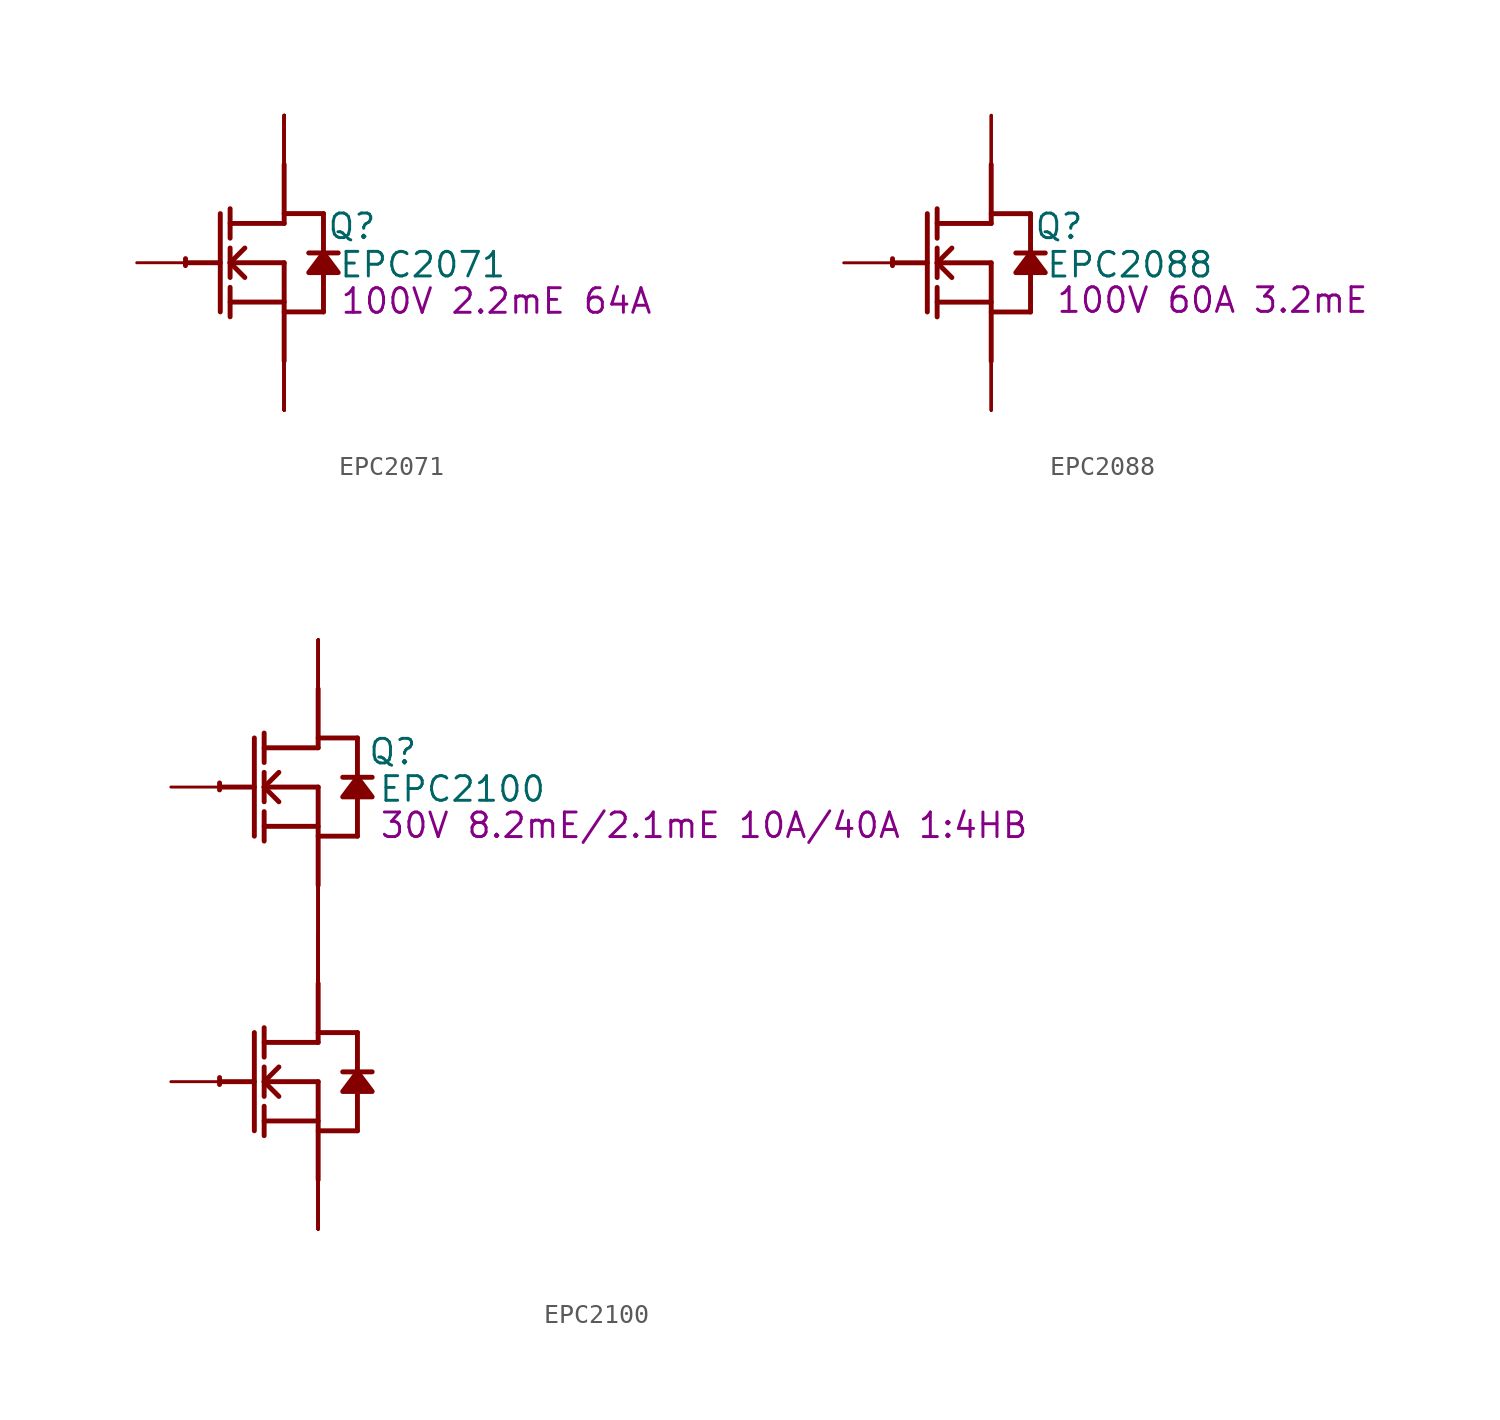
<source format=kicad_sym>
(kicad_symbol_lib
  (version 20231120)
  (generator "kicad_symbol_editor")
  (generator_version "8.0")
  (symbol "EPC2071"
    (property "Reference" "Q"
      (at 3.505 1.88 0)
      (effects (font (size 1.27 1.27))))
    (property "Value" "EPC2071"
      (at 7.163 -0.102 0)
      (effects (font (size 1.27 1.27))))
    (property "Description" "100V 2.2mE 64A"
      (at 10.973 -1.981 0)
      (effects (font (size 1.27 1.27))))
    (symbol "EPC2071_1_0"
      (arc (start -5.0996 0.2128) (mid -5.1039 0.0331) (end -5.1019 -0.1467) (stroke (width 0.254) (type solid)) (fill (type none)))
      (polyline (pts (xy -5.08 0) (xy -3.302 0)) (stroke (width 0.254) (type solid)) (fill (type none)))
      (polyline (pts (xy -3.302 2.54) (xy -3.302 -2.54)) (stroke (width 0.254) (type solid)) (fill (type none)))
      (polyline (pts (xy -2.794 -2.794) (xy -2.794 -1.27)) (stroke (width 0.254) (type solid)) (fill (type none)))
      (polyline (pts (xy -2.794 -2.032) (xy 0 -2.032)) (stroke (width 0.254) (type solid)) (fill (type none)))
      (polyline (pts (xy -2.794 -0.762) (xy -2.794 0.762)) (stroke (width 0.254) (type solid)) (fill (type none)))
      (polyline (pts (xy -2.794 0) (xy -2.032 0.762)) (stroke (width 0.254) (type solid)) (fill (type none)))
      (polyline (pts (xy -2.794 0) (xy 0 0)) (stroke (width 0.254) (type solid)) (fill (type none)))
      (polyline (pts (xy -2.794 1.27) (xy -2.794 2.794)) (stroke (width 0.254) (type solid)) (fill (type none)))
      (polyline (pts (xy -2.032 -0.762) (xy -2.794 0)) (stroke (width 0.254) (type solid)) (fill (type none)))
      (polyline (pts (xy 0 -2.54) (xy 2.032 -2.54)) (stroke (width 0.254) (type solid)) (fill (type none)))
      (polyline (pts (xy 0 0) (xy 0 -5.08)) (stroke (width 0.254) (type solid)) (fill (type none)))
      (polyline (pts (xy 0 2.032) (xy -2.794 2.032)) (stroke (width 0.254) (type solid)) (fill (type none)))
      (polyline (pts (xy 0 2.032) (xy 0 5.08)) (stroke (width 0.254) (type solid)) (fill (type none)))
      (polyline (pts (xy 0 2.54) (xy 2.032 2.54)) (stroke (width 0.254) (type solid)) (fill (type none)))
      (polyline (pts (xy 2.032 -0.508) (xy 2.032 -2.54)) (stroke (width 0.254) (type solid)) (fill (type none)))
      (polyline (pts (xy 2.032 2.54) (xy 2.032 0.508)) (stroke (width 0.254) (type solid)) (fill (type none)))
      (polyline (pts (xy 2.794 0.508) (xy 1.27 0.508)) (stroke (width 0.254) (type solid)) (fill (type none)))
      (polyline (pts (xy 2.032 0.508) (xy 1.27 -0.508) (xy 2.794 -0.508) (xy 2.032 0.508)) (stroke (width 0.254) (type solid)) (fill (type outline)))
      (pin passive line (at -7.62 0 0) (length 2.54) (name "G" (effects (font (size 0 0)))) (number "1" (effects (font (size 0 0)))))
      (pin open_emitter line (at 0 -7.62 90) (length 2.54) (name "S5" (effects (font (size 0 0)))) (number "10" (effects (font (size 0 0)))))
      (pin open_collector line (at 0 7.62 270) (length 2.54) (name "D5" (effects (font (size 0 0)))) (number "11" (effects (font (size 0 0)))))
      (pin open_collector line (at 0 7.62 270) (length 2.54) (name "D6" (effects (font (size 0 0)))) (number "12" (effects (font (size 0 0)))))
      (pin open_emitter line (at 0 -7.62 90) (length 2.54) (name "S6" (effects (font (size 0 0)))) (number "13" (effects (font (size 0 0)))))
      (pin open_emitter line (at 0 -7.62 90) (length 2.54) (name "S7" (effects (font (size 0 0)))) (number "14" (effects (font (size 0 0)))))
      (pin open_collector line (at 0 7.62 270) (length 2.54) (name "D7" (effects (font (size 0 0)))) (number "15" (effects (font (size 0 0)))))
      (pin open_collector line (at 0 7.62 270) (length 2.54) (name "D8" (effects (font (size 0 0)))) (number "16" (effects (font (size 0 0)))))
      (pin open_emitter line (at 0 -7.62 90) (length 2.54) (name "S8" (effects (font (size 0 0)))) (number "17" (effects (font (size 0 0)))))
      (pin open_emitter line (at 0 -7.62 90) (length 2.54) (name "S9" (effects (font (size 0 0)))) (number "18" (effects (font (size 0 0)))))
      (pin open_collector line (at 0 7.62 270) (length 2.54) (name "D9" (effects (font (size 0 0)))) (number "19" (effects (font (size 0 0)))))
      (pin open_emitter line (at 0 -7.62 90) (length 2.54) (name "S1" (effects (font (size 0 0)))) (number "2" (effects (font (size 0 0)))))
      (pin open_collector line (at 0 7.62 270) (length 2.54) (name "D10" (effects (font (size 0 0)))) (number "20" (effects (font (size 0 0)))))
      (pin open_emitter line (at 0 -7.62 90) (length 2.54) (name "S10" (effects (font (size 0 0)))) (number "21" (effects (font (size 0 0)))))
      (pin open_emitter line (at 0 -7.62 90) (length 2.54) (name "S11" (effects (font (size 0 0)))) (number "22" (effects (font (size 0 0)))))
      (pin open_collector line (at 0 7.62 270) (length 2.54) (name "D1" (effects (font (size 0 0)))) (number "3" (effects (font (size 0 0)))))
      (pin open_collector line (at 0 7.62 270) (length 2.54) (name "D2" (effects (font (size 0 0)))) (number "4" (effects (font (size 0 0)))))
      (pin open_emitter line (at 0 -7.62 90) (length 2.54) (name "S2" (effects (font (size 0 0)))) (number "5" (effects (font (size 0 0)))))
      (pin open_emitter line (at 0 -7.62 90) (length 2.54) (name "S3" (effects (font (size 0 0)))) (number "6" (effects (font (size 0 0)))))
      (pin open_collector line (at 0 7.62 270) (length 2.54) (name "D3" (effects (font (size 0 0)))) (number "7" (effects (font (size 0 0)))))
      (pin open_collector line (at 0 7.62 270) (length 2.54) (name "D4" (effects (font (size 0 0)))) (number "8" (effects (font (size 0 0)))))
      (pin open_emitter line (at 0 -7.62 90) (length 2.54) (name "S4" (effects (font (size 0 0)))) (number "9" (effects (font (size 0 0)))))))
  (symbol "EPC2088"
    (property "Reference" "Q"
      (at 3.505 1.88 0)
      (effects (font (size 1.27 1.27))))
    (property "Value" "EPC2088"
      (at 7.163 -0.102 0)
      (effects (font (size 1.27 1.27))))
    (property "Description" "100V 60A 3.2mE"
      (at 11.43 -1.93 0)
      (effects (font (size 1.27 1.27))))
    (symbol "EPC2088_1_0"
      (arc (start -5.0996 0.2128) (mid -5.1039 0.0331) (end -5.1019 -0.1467) (stroke (width 0.254) (type solid)) (fill (type none)))
      (polyline (pts (xy -5.08 0) (xy -3.302 0)) (stroke (width 0.254) (type solid)) (fill (type none)))
      (polyline (pts (xy -3.302 2.54) (xy -3.302 -2.54)) (stroke (width 0.254) (type solid)) (fill (type none)))
      (polyline (pts (xy -2.794 -2.794) (xy -2.794 -1.27)) (stroke (width 0.254) (type solid)) (fill (type none)))
      (polyline (pts (xy -2.794 -2.032) (xy 0 -2.032)) (stroke (width 0.254) (type solid)) (fill (type none)))
      (polyline (pts (xy -2.794 -0.762) (xy -2.794 0.762)) (stroke (width 0.254) (type solid)) (fill (type none)))
      (polyline (pts (xy -2.794 0) (xy -2.032 0.762)) (stroke (width 0.254) (type solid)) (fill (type none)))
      (polyline (pts (xy -2.794 0) (xy 0 0)) (stroke (width 0.254) (type solid)) (fill (type none)))
      (polyline (pts (xy -2.794 1.27) (xy -2.794 2.794)) (stroke (width 0.254) (type solid)) (fill (type none)))
      (polyline (pts (xy -2.032 -0.762) (xy -2.794 0)) (stroke (width 0.254) (type solid)) (fill (type none)))
      (polyline (pts (xy 0 -2.54) (xy 2.032 -2.54)) (stroke (width 0.254) (type solid)) (fill (type none)))
      (polyline (pts (xy 0 0) (xy 0 -5.08)) (stroke (width 0.254) (type solid)) (fill (type none)))
      (polyline (pts (xy 0 2.032) (xy -2.794 2.032)) (stroke (width 0.254) (type solid)) (fill (type none)))
      (polyline (pts (xy 0 2.032) (xy 0 5.08)) (stroke (width 0.254) (type solid)) (fill (type none)))
      (polyline (pts (xy 0 2.54) (xy 2.032 2.54)) (stroke (width 0.254) (type solid)) (fill (type none)))
      (polyline (pts (xy 2.032 -0.508) (xy 2.032 -2.54)) (stroke (width 0.254) (type solid)) (fill (type none)))
      (polyline (pts (xy 2.032 2.54) (xy 2.032 0.508)) (stroke (width 0.254) (type solid)) (fill (type none)))
      (polyline (pts (xy 2.794 0.508) (xy 1.27 0.508)) (stroke (width 0.254) (type solid)) (fill (type none)))
      (polyline (pts (xy 2.032 0.508) (xy 1.27 -0.508) (xy 2.794 -0.508) (xy 2.032 0.508)) (stroke (width 0.254) (type solid)) (fill (type outline)))
      (pin passive line (at -7.62 0 0) (length 2.54) (name "G" (effects (font (size 0 0)))) (number "1" (effects (font (size 0 0)))))
      (pin passive line (at 0 -7.62 90) (length 2.54) (name "S" (effects (font (size 0 0)))) (number "2" (effects (font (size 0 0)))))
      (pin passive line (at 0 7.62 270) (length 2.54) (name "D" (effects (font (size 0 0)))) (number "3" (effects (font (size 0 0)))))
      (pin passive line (at 0 -7.62 90) (length 2.54) (name "S" (effects (font (size 0 0)))) (number "4" (effects (font (size 0 0)))))
      (pin passive line (at 0 7.62 270) (length 2.54) (name "D" (effects (font (size 0 0)))) (number "5" (effects (font (size 0 0)))))
      (pin passive line (at 0 -7.62 90) (length 2.54) (name "S" (effects (font (size 0 0)))) (number "6" (effects (font (size 0 0)))))
      (pin passive line (at 0 7.62 270) (length 2.54) (name "D" (effects (font (size 0 0)))) (number "7" (effects (font (size 0 0)))))
      (pin passive line (at 0 -7.62 90) (length 2.54) (name "S" (effects (font (size 0 0)))) (number "8" (effects (font (size 0 0)))))))
  (symbol "EPC2100"
    (property "Reference" "Q"
      (at 3.861 1.829 0)
      (effects (font (size 1.27 1.27))))
    (property "Value" "EPC2100"
      (at 7.468 -0.102 0)
      (effects (font (size 1.27 1.27))))
    (property "Description" "30V 8.2mE/2.1mE 10A/40A 1:4HB"
      (at 19.964 -1.981 0)
      (effects (font (size 1.27 1.27))))
    (symbol "EPC2100_1_0"
      (arc (start -5.0996 -15.0272) (mid -5.1039 -15.2069) (end -5.1019 -15.3867) (stroke (width 0.254) (type solid)) (fill (type none)))
      (arc (start -5.0996 0.2128) (mid -5.1039 0.0331) (end -5.1019 -0.1467) (stroke (width 0.254) (type solid)) (fill (type none)))
      (polyline (pts (xy -5.08 -15.24) (xy -3.302 -15.24)) (stroke (width 0.254) (type solid)) (fill (type none)))
      (polyline (pts (xy -5.08 0) (xy -3.302 0)) (stroke (width 0.254) (type solid)) (fill (type none)))
      (polyline (pts (xy -3.302 -12.7) (xy -3.302 -17.78)) (stroke (width 0.254) (type solid)) (fill (type none)))
      (polyline (pts (xy -3.302 2.54) (xy -3.302 -2.54)) (stroke (width 0.254) (type solid)) (fill (type none)))
      (polyline (pts (xy -2.794 -18.034) (xy -2.794 -16.51)) (stroke (width 0.254) (type solid)) (fill (type none)))
      (polyline (pts (xy -2.794 -17.272) (xy 0 -17.272)) (stroke (width 0.254) (type solid)) (fill (type none)))
      (polyline (pts (xy -2.794 -16.002) (xy -2.794 -14.478)) (stroke (width 0.254) (type solid)) (fill (type none)))
      (polyline (pts (xy -2.794 -15.24) (xy -2.032 -14.478)) (stroke (width 0.254) (type solid)) (fill (type none)))
      (polyline (pts (xy -2.794 -15.24) (xy 0 -15.24)) (stroke (width 0.254) (type solid)) (fill (type none)))
      (polyline (pts (xy -2.794 -13.97) (xy -2.794 -12.446)) (stroke (width 0.254) (type solid)) (fill (type none)))
      (polyline (pts (xy -2.794 -2.794) (xy -2.794 -1.27)) (stroke (width 0.254) (type solid)) (fill (type none)))
      (polyline (pts (xy -2.794 -2.032) (xy 0 -2.032)) (stroke (width 0.254) (type solid)) (fill (type none)))
      (polyline (pts (xy -2.794 -0.762) (xy -2.794 0.762)) (stroke (width 0.254) (type solid)) (fill (type none)))
      (polyline (pts (xy -2.794 0) (xy -2.032 0.762)) (stroke (width 0.254) (type solid)) (fill (type none)))
      (polyline (pts (xy -2.794 0) (xy 0 0)) (stroke (width 0.254) (type solid)) (fill (type none)))
      (polyline (pts (xy -2.794 1.27) (xy -2.794 2.794)) (stroke (width 0.254) (type solid)) (fill (type none)))
      (polyline (pts (xy -2.032 -16.002) (xy -2.794 -15.24)) (stroke (width 0.254) (type solid)) (fill (type none)))
      (polyline (pts (xy -2.032 -0.762) (xy -2.794 0)) (stroke (width 0.254) (type solid)) (fill (type none)))
      (polyline (pts (xy 0 -17.78) (xy 2.032 -17.78)) (stroke (width 0.254) (type solid)) (fill (type none)))
      (polyline (pts (xy 0 -15.24) (xy 0 -20.32)) (stroke (width 0.254) (type solid)) (fill (type none)))
      (polyline (pts (xy 0 -13.208) (xy -2.794 -13.208)) (stroke (width 0.254) (type solid)) (fill (type none)))
      (polyline (pts (xy 0 -13.208) (xy 0 -10.16)) (stroke (width 0.254) (type solid)) (fill (type none)))
      (polyline (pts (xy 0 -12.7) (xy 2.032 -12.7)) (stroke (width 0.254) (type solid)) (fill (type none)))
      (polyline (pts (xy 0 -2.54) (xy 2.032 -2.54)) (stroke (width 0.254) (type solid)) (fill (type none)))
      (polyline (pts (xy 0 0) (xy 0 -5.08)) (stroke (width 0.254) (type solid)) (fill (type none)))
      (polyline (pts (xy 0 2.032) (xy -2.794 2.032)) (stroke (width 0.254) (type solid)) (fill (type none)))
      (polyline (pts (xy 0 2.032) (xy 0 5.08)) (stroke (width 0.254) (type solid)) (fill (type none)))
      (polyline (pts (xy 0 2.54) (xy 2.032 2.54)) (stroke (width 0.254) (type solid)) (fill (type none)))
      (polyline (pts (xy 2.032 -15.748) (xy 2.032 -17.78)) (stroke (width 0.254) (type solid)) (fill (type none)))
      (polyline (pts (xy 2.032 -12.7) (xy 2.032 -14.732)) (stroke (width 0.254) (type solid)) (fill (type none)))
      (polyline (pts (xy 2.032 -0.508) (xy 2.032 -2.54)) (stroke (width 0.254) (type solid)) (fill (type none)))
      (polyline (pts (xy 2.032 2.54) (xy 2.032 0.508)) (stroke (width 0.254) (type solid)) (fill (type none)))
      (polyline (pts (xy 2.794 -14.732) (xy 1.27 -14.732)) (stroke (width 0.254) (type solid)) (fill (type none)))
      (polyline (pts (xy 2.794 0.508) (xy 1.27 0.508)) (stroke (width 0.254) (type solid)) (fill (type none)))
      (polyline (pts (xy 2.032 -14.732) (xy 1.27 -15.748) (xy 2.794 -15.748) (xy 2.032 -14.732)) (stroke (width 0.254) (type solid)) (fill (type outline)))
      (polyline (pts (xy 2.032 0.508) (xy 1.27 -0.508) (xy 2.794 -0.508) (xy 2.032 0.508)) (stroke (width 0.254) (type solid)) (fill (type outline)))
      (pin open_collector line (at 0 7.62 270) (length 2.54) (name "D1" (effects (font (size 0 0)))) (number "1" (effects (font (size 0 0)))))
      (pin open_collector line (at 0 -7.62 270) (length 2.54) (name "D2" (effects (font (size 0 0)))) (number "10" (effects (font (size 0 0)))))
      (pin open_collector line (at 0 7.62 270) (length 2.54) (name "D1" (effects (font (size 0 0)))) (number "11" (effects (font (size 0 0)))))
      (pin open_emitter line (at 0 -22.86 90) (length 2.54) (name "S2" (effects (font (size 0 0)))) (number "12" (effects (font (size 0 0)))))
      (pin open_emitter line (at 0 -22.86 90) (length 2.54) (name "S2" (effects (font (size 0 0)))) (number "13" (effects (font (size 0 0)))))
      (pin open_emitter line (at 0 -22.86 90) (length 2.54) (name "S2" (effects (font (size 0 0)))) (number "14" (effects (font (size 0 0)))))
      (pin open_emitter line (at 0 -22.86 90) (length 2.54) (name "S2" (effects (font (size 0 0)))) (number "15" (effects (font (size 0 0)))))
      (pin open_emitter line (at 0 -7.62 90) (length 2.54) (name "S1" (effects (font (size 0 0)))) (number "16" (effects (font (size 0 0)))))
      (pin open_collector line (at 0 -7.62 270) (length 2.54) (name "D2" (effects (font (size 0 0)))) (number "17" (effects (font (size 0 0)))))
      (pin open_collector line (at 0 -7.62 270) (length 2.54) (name "D2" (effects (font (size 0 0)))) (number "18" (effects (font (size 0 0)))))
      (pin open_collector line (at 0 -7.62 270) (length 2.54) (name "D2" (effects (font (size 0 0)))) (number "19" (effects (font (size 0 0)))))
      (pin passive line (at -7.62 0 0) (length 2.54) (name "G1" (effects (font (size 0 0)))) (number "2" (effects (font (size 0 0)))))
      (pin open_collector line (at 0 -7.62 270) (length 2.54) (name "D2" (effects (font (size 0 0)))) (number "20" (effects (font (size 0 0)))))
      (pin open_collector line (at 0 7.62 270) (length 2.54) (name "D1" (effects (font (size 0 0)))) (number "21" (effects (font (size 0 0)))))
      (pin open_emitter line (at 0 -22.86 90) (length 2.54) (name "S2" (effects (font (size 0 0)))) (number "22" (effects (font (size 0 0)))))
      (pin open_emitter line (at 0 -22.86 90) (length 2.54) (name "S2" (effects (font (size 0 0)))) (number "23" (effects (font (size 0 0)))))
      (pin open_emitter line (at 0 -22.86 90) (length 2.54) (name "S2" (effects (font (size 0 0)))) (number "24" (effects (font (size 0 0)))))
      (pin open_emitter line (at 0 -22.86 90) (length 2.54) (name "S2" (effects (font (size 0 0)))) (number "25" (effects (font (size 0 0)))))
      (pin open_emitter line (at 0 -7.62 90) (length 2.54) (name "S1" (effects (font (size 0 0)))) (number "26" (effects (font (size 0 0)))))
      (pin open_collector line (at 0 -7.62 270) (length 2.54) (name "D2" (effects (font (size 0 0)))) (number "27" (effects (font (size 0 0)))))
      (pin open_collector line (at 0 -7.62 270) (length 2.54) (name "D2" (effects (font (size 0 0)))) (number "28" (effects (font (size 0 0)))))
      (pin open_collector line (at 0 -7.62 270) (length 2.54) (name "D2" (effects (font (size 0 0)))) (number "29" (effects (font (size 0 0)))))
      (pin passive line (at 0 -7.62 90) (length 2.54) (name "SG1" (effects (font (size 0 0)))) (number "3" (effects (font (size 0 0)))))
      (pin open_collector line (at 0 -7.62 270) (length 2.54) (name "D2" (effects (font (size 0 0)))) (number "30" (effects (font (size 0 0)))))
      (pin open_collector line (at 0 7.62 270) (length 2.54) (name "D1" (effects (font (size 0 0)))) (number "31" (effects (font (size 0 0)))))
      (pin open_emitter line (at 0 -22.86 90) (length 2.54) (name "S2" (effects (font (size 0 0)))) (number "32" (effects (font (size 0 0)))))
      (pin open_emitter line (at 0 -22.86 90) (length 2.54) (name "S2" (effects (font (size 0 0)))) (number "33" (effects (font (size 0 0)))))
      (pin open_emitter line (at 0 -22.86 90) (length 2.54) (name "S2" (effects (font (size 0 0)))) (number "34" (effects (font (size 0 0)))))
      (pin open_emitter line (at 0 -22.86 90) (length 2.54) (name "S2" (effects (font (size 0 0)))) (number "35" (effects (font (size 0 0)))))
      (pin open_emitter line (at 0 -7.62 90) (length 2.54) (name "S1" (effects (font (size 0 0)))) (number "36" (effects (font (size 0 0)))))
      (pin open_collector line (at 0 -7.62 270) (length 2.54) (name "D2" (effects (font (size 0 0)))) (number "37" (effects (font (size 0 0)))))
      (pin open_collector line (at 0 -7.62 270) (length 2.54) (name "D2" (effects (font (size 0 0)))) (number "38" (effects (font (size 0 0)))))
      (pin open_collector line (at 0 -7.62 270) (length 2.54) (name "D2" (effects (font (size 0 0)))) (number "39" (effects (font (size 0 0)))))
      (pin passive line (at -7.62 -15.24 0) (length 2.54) (name "G2" (effects (font (size 0 0)))) (number "4" (effects (font (size 0 0)))))
      (pin open_collector line (at 0 -7.62 270) (length 2.54) (name "D2" (effects (font (size 0 0)))) (number "40" (effects (font (size 0 0)))))
      (pin open_collector line (at 0 7.62 270) (length 2.54) (name "D1" (effects (font (size 0 0)))) (number "41" (effects (font (size 0 0)))))
      (pin open_emitter line (at 0 -22.86 90) (length 2.54) (name "S2" (effects (font (size 0 0)))) (number "42" (effects (font (size 0 0)))))
      (pin open_emitter line (at 0 -22.86 90) (length 2.54) (name "S2" (effects (font (size 0 0)))) (number "43" (effects (font (size 0 0)))))
      (pin open_emitter line (at 0 -22.86 90) (length 2.54) (name "S2" (effects (font (size 0 0)))) (number "44" (effects (font (size 0 0)))))
      (pin open_emitter line (at 0 -22.86 90) (length 2.54) (name "S2" (effects (font (size 0 0)))) (number "45" (effects (font (size 0 0)))))
      (pin open_emitter line (at 0 -7.62 90) (length 2.54) (name "S1" (effects (font (size 0 0)))) (number "46" (effects (font (size 0 0)))))
      (pin open_collector line (at 0 -7.62 270) (length 2.54) (name "D2" (effects (font (size 0 0)))) (number "47" (effects (font (size 0 0)))))
      (pin open_collector line (at 0 -7.62 270) (length 2.54) (name "D2" (effects (font (size 0 0)))) (number "48" (effects (font (size 0 0)))))
      (pin open_collector line (at 0 -7.62 270) (length 2.54) (name "D2" (effects (font (size 0 0)))) (number "49" (effects (font (size 0 0)))))
      (pin open_emitter line (at 0 -22.86 90) (length 2.54) (name "S2" (effects (font (size 0 0)))) (number "5" (effects (font (size 0 0)))))
      (pin open_collector line (at 0 -7.62 270) (length 2.54) (name "D2" (effects (font (size 0 0)))) (number "50" (effects (font (size 0 0)))))
      (pin open_collector line (at 0 7.62 270) (length 2.54) (name "D1" (effects (font (size 0 0)))) (number "51" (effects (font (size 0 0)))))
      (pin open_emitter line (at 0 -22.86 90) (length 2.54) (name "S2" (effects (font (size 0 0)))) (number "52" (effects (font (size 0 0)))))
      (pin open_emitter line (at 0 -22.86 90) (length 2.54) (name "S2" (effects (font (size 0 0)))) (number "53" (effects (font (size 0 0)))))
      (pin open_emitter line (at 0 -22.86 90) (length 2.54) (name "S2" (effects (font (size 0 0)))) (number "54" (effects (font (size 0 0)))))
      (pin open_emitter line (at 0 -22.86 90) (length 2.54) (name "S2" (effects (font (size 0 0)))) (number "55" (effects (font (size 0 0)))))
      (pin open_emitter line (at 0 -7.62 90) (length 2.54) (name "S1" (effects (font (size 0 0)))) (number "56" (effects (font (size 0 0)))))
      (pin open_collector line (at 0 -7.62 270) (length 2.54) (name "D2" (effects (font (size 0 0)))) (number "57" (effects (font (size 0 0)))))
      (pin open_collector line (at 0 -7.62 270) (length 2.54) (name "D2" (effects (font (size 0 0)))) (number "58" (effects (font (size 0 0)))))
      (pin open_collector line (at 0 -7.62 270) (length 2.54) (name "D2" (effects (font (size 0 0)))) (number "59" (effects (font (size 0 0)))))
      (pin open_emitter line (at 0 -7.62 90) (length 2.54) (name "S1" (effects (font (size 0 0)))) (number "6" (effects (font (size 0 0)))))
      (pin open_collector line (at 0 -7.62 270) (length 2.54) (name "D2" (effects (font (size 0 0)))) (number "60" (effects (font (size 0 0)))))
      (pin open_collector line (at 0 7.62 270) (length 2.54) (name "D1" (effects (font (size 0 0)))) (number "61" (effects (font (size 0 0)))))
      (pin open_emitter line (at 0 -22.86 90) (length 2.54) (name "S2" (effects (font (size 0 0)))) (number "62" (effects (font (size 0 0)))))
      (pin open_emitter line (at 0 -22.86 90) (length 2.54) (name "S2" (effects (font (size 0 0)))) (number "63" (effects (font (size 0 0)))))
      (pin open_emitter line (at 0 -22.86 90) (length 2.54) (name "S2" (effects (font (size 0 0)))) (number "64" (effects (font (size 0 0)))))
      (pin open_emitter line (at 0 -22.86 90) (length 2.54) (name "S2" (effects (font (size 0 0)))) (number "65" (effects (font (size 0 0)))))
      (pin open_emitter line (at 0 -7.62 90) (length 2.54) (name "S1" (effects (font (size 0 0)))) (number "66" (effects (font (size 0 0)))))
      (pin open_collector line (at 0 -7.62 270) (length 2.54) (name "D2" (effects (font (size 0 0)))) (number "67" (effects (font (size 0 0)))))
      (pin open_collector line (at 0 -7.62 270) (length 2.54) (name "D2" (effects (font (size 0 0)))) (number "68" (effects (font (size 0 0)))))
      (pin open_collector line (at 0 -7.62 270) (length 2.54) (name "D2" (effects (font (size 0 0)))) (number "69" (effects (font (size 0 0)))))
      (pin open_collector line (at 0 -7.62 270) (length 2.54) (name "D2" (effects (font (size 0 0)))) (number "7" (effects (font (size 0 0)))))
      (pin open_collector line (at 0 -7.62 270) (length 2.54) (name "D2" (effects (font (size 0 0)))) (number "70" (effects (font (size 0 0)))))
      (pin open_collector line (at 0 7.62 270) (length 2.54) (name "D1" (effects (font (size 0 0)))) (number "71" (effects (font (size 0 0)))))
      (pin open_emitter line (at 0 -22.86 90) (length 2.54) (name "S2" (effects (font (size 0 0)))) (number "72" (effects (font (size 0 0)))))
      (pin open_emitter line (at 0 -22.86 90) (length 2.54) (name "S2" (effects (font (size 0 0)))) (number "73" (effects (font (size 0 0)))))
      (pin open_emitter line (at 0 -22.86 90) (length 2.54) (name "S2" (effects (font (size 0 0)))) (number "74" (effects (font (size 0 0)))))
      (pin open_emitter line (at 0 -22.86 90) (length 2.54) (name "S2" (effects (font (size 0 0)))) (number "75" (effects (font (size 0 0)))))
      (pin open_collector line (at 0 -7.62 270) (length 2.54) (name "D2" (effects (font (size 0 0)))) (number "8" (effects (font (size 0 0)))))
      (pin open_collector line (at 0 -7.62 270) (length 2.54) (name "D2" (effects (font (size 0 0)))) (number "9" (effects (font (size 0 0))))))))
</source>
